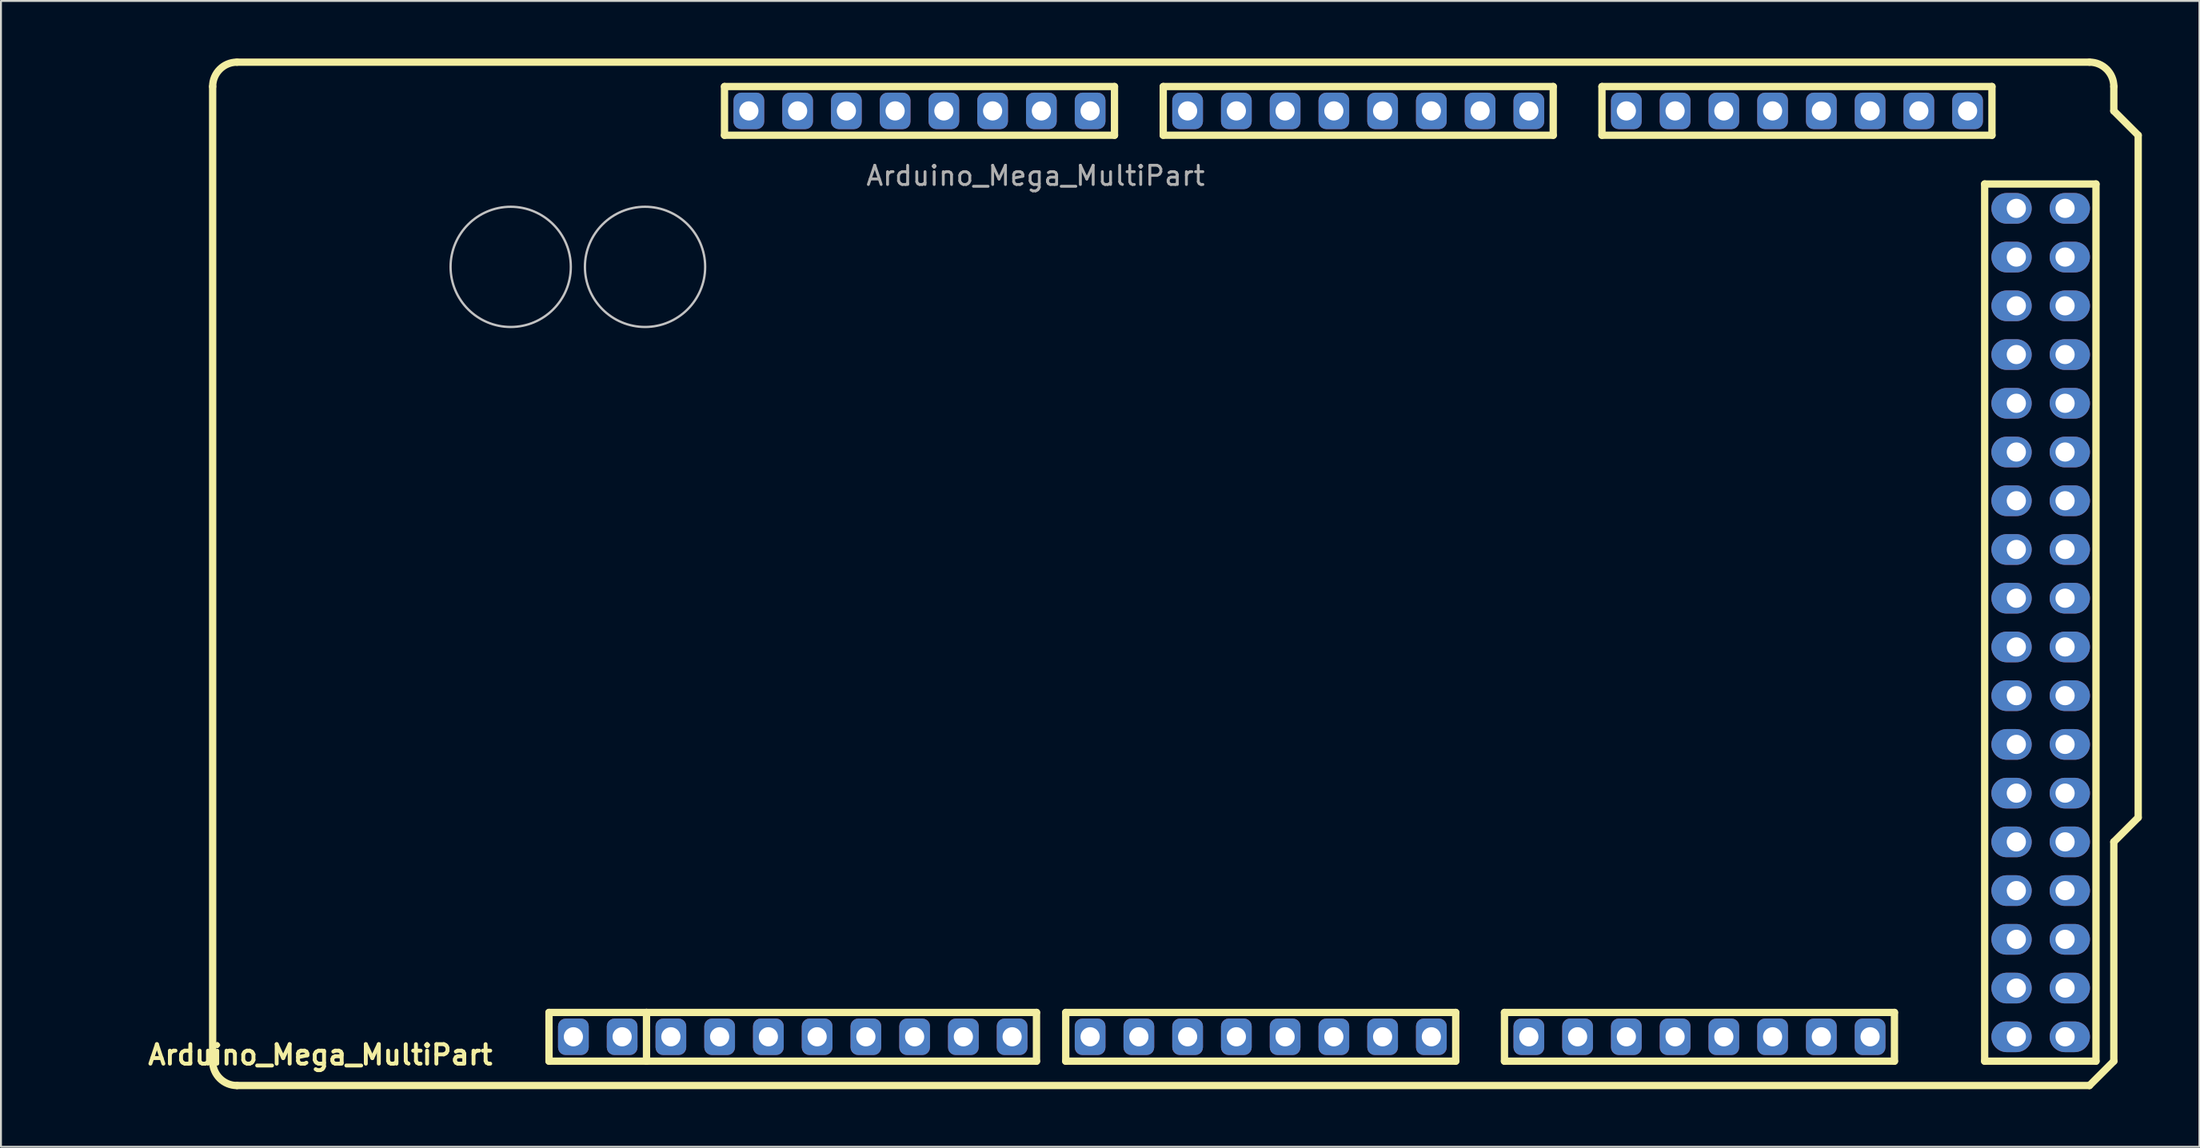
<source format=kicad_pcb>
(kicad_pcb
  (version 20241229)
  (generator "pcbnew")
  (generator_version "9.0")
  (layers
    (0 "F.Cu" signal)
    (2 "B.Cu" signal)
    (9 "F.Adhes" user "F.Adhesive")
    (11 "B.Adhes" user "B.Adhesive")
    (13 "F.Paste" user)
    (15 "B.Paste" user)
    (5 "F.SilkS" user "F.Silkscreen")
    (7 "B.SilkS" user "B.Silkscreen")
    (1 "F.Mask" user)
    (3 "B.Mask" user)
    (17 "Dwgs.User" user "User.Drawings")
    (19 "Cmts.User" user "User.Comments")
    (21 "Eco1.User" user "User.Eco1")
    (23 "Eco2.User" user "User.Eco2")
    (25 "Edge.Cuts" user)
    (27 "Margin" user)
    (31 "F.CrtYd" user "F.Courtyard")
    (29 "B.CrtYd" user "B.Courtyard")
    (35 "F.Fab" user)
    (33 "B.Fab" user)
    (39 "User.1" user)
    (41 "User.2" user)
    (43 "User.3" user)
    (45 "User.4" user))
  (footprint "Arduino_Mega_MultiPart"
    (layer "F.Cu")
    (at 63.06 28.11)
    (property "Reference" "Arduino_Mega_MultiPart" (at -49.42 23.82 0) (layer "F.SilkS") (effects (font (size 1.016 1.016) (thickness 0.203))))
    (attr through_hole)
    (fp_line (start -55.03 -26.65) (end -55.03 24.15) (stroke (width 0.381) (type solid)) (layer "F.SilkS"))
    (fp_line (start -53.76 -27.92) (end 42.76 -27.92) (stroke (width 0.381) (type solid)) (layer "F.SilkS"))
    (fp_line (start -53.76 25.42) (end 42.76 25.42) (stroke (width 0.381) (type solid)) (layer "F.SilkS"))
    (fp_line (start -37.504 21.61) (end -32.424 21.61) (stroke (width 0.381) (type solid)) (layer "F.SilkS"))
    (fp_line (start -37.504 24.15) (end -37.504 21.61) (stroke (width 0.381) (type solid)) (layer "F.SilkS"))
    (fp_line (start -32.424 21.61) (end -32.424 24.15) (stroke (width 0.381) (type solid)) (layer "F.SilkS"))
    (fp_line (start -32.424 24.15) (end -37.504 24.15) (stroke (width 0.381) (type solid)) (layer "F.SilkS"))
    (fp_line (start -28.36 -26.65) (end -28.36 -24.11) (stroke (width 0.381) (type solid)) (layer "F.SilkS"))
    (fp_line (start -28.36 -26.65) (end -8.04 -26.65) (stroke (width 0.381) (type solid)) (layer "F.SilkS"))
    (fp_line (start -12.104 21.61) (end -32.424 21.61) (stroke (width 0.381) (type solid)) (layer "F.SilkS"))
    (fp_line (start -12.104 21.61) (end -12.104 24.15) (stroke (width 0.381) (type solid)) (layer "F.SilkS"))
    (fp_line (start -12.104 24.15) (end -32.424 24.15) (stroke (width 0.381) (type solid)) (layer "F.SilkS"))
    (fp_line (start -10.58 21.61) (end -10.58 24.15) (stroke (width 0.381) (type solid)) (layer "F.SilkS"))
    (fp_line (start -10.58 24.15) (end 9.74 24.15) (stroke (width 0.381) (type solid)) (layer "F.SilkS"))
    (fp_line (start -8.04 -24.11) (end -28.36 -24.11) (stroke (width 0.381) (type solid)) (layer "F.SilkS"))
    (fp_line (start -8.04 -24.11) (end -8.04 -26.65) (stroke (width 0.381) (type solid)) (layer "F.SilkS"))
    (fp_line (start -5.5 -26.65) (end 14.82 -26.65) (stroke (width 0.381) (type solid)) (layer "F.SilkS"))
    (fp_line (start -5.5 -24.11) (end -5.5 -26.65) (stroke (width 0.381) (type solid)) (layer "F.SilkS"))
    (fp_line (start 9.74 21.61) (end -10.58 21.61) (stroke (width 0.381) (type solid)) (layer "F.SilkS"))
    (fp_line (start 9.74 24.15) (end 9.74 21.61) (stroke (width 0.381) (type solid)) (layer "F.SilkS"))
    (fp_line (start 12.28 21.61) (end 32.6 21.61) (stroke (width 0.381) (type solid)) (layer "F.SilkS"))
    (fp_line (start 12.28 24.15) (end 12.28 21.61) (stroke (width 0.381) (type solid)) (layer "F.SilkS"))
    (fp_line (start 14.82 -26.65) (end 14.82 -24.11) (stroke (width 0.381) (type solid)) (layer "F.SilkS"))
    (fp_line (start 14.82 -24.11) (end -5.5 -24.11) (stroke (width 0.381) (type solid)) (layer "F.SilkS"))
    (fp_line (start 17.36 -26.65) (end 17.36 -24.11) (stroke (width 0.381) (type solid)) (layer "F.SilkS"))
    (fp_line (start 17.36 -24.11) (end 37.68 -24.11) (stroke (width 0.381) (type solid)) (layer "F.SilkS"))
    (fp_line (start 32.6 21.61) (end 32.6 24.15) (stroke (width 0.381) (type solid)) (layer "F.SilkS"))
    (fp_line (start 32.6 24.15) (end 12.28 24.15) (stroke (width 0.381) (type solid)) (layer "F.SilkS"))
    (fp_line (start 37.3 -21.57) (end 43.1 -21.57) (stroke (width 0.381) (type solid)) (layer "F.SilkS"))
    (fp_line (start 37.3 24.15) (end 37.3 -21.57) (stroke (width 0.381) (type solid)) (layer "F.SilkS"))
    (fp_line (start 37.68 -26.65) (end 17.36 -26.65) (stroke (width 0.381) (type solid)) (layer "F.SilkS"))
    (fp_line (start 37.68 -24.11) (end 37.68 -26.65) (stroke (width 0.381) (type solid)) (layer "F.SilkS"))
    (fp_line (start 42.76 25.42) (end 44.03 24.15) (stroke (width 0.381) (type solid)) (layer "F.SilkS"))
    (fp_line (start 43.1 -21.57) (end 43.1 24.15) (stroke (width 0.381) (type solid)) (layer "F.SilkS"))
    (fp_line (start 43.1 24.15) (end 37.3 24.15) (stroke (width 0.381) (type solid)) (layer "F.SilkS"))
    (fp_line (start 44.03 -25.38) (end 44.03 -26.65) (stroke (width 0.381) (type solid)) (layer "F.SilkS"))
    (fp_line (start 44.03 12.72) (end 45.3 11.45) (stroke (width 0.381) (type solid)) (layer "F.SilkS"))
    (fp_line (start 44.03 24.15) (end 44.03 12.72) (stroke (width 0.381) (type solid)) (layer "F.SilkS"))
    (fp_line (start 45.3 -24.11) (end 44.03 -25.38) (stroke (width 0.381) (type solid)) (layer "F.SilkS"))
    (fp_line (start 45.3 11.45) (end 45.3 -24.11) (stroke (width 0.381) (type solid)) (layer "F.SilkS"))
    (fp_arc (start -55.03 -26.65) (mid -54.658026 -27.548026) (end -53.76 -27.92) (stroke (width 0.381) (type solid)) (layer "F.SilkS"))
    (fp_arc (start -53.76 25.42) (mid -54.658026 25.048026) (end -55.03 24.15) (stroke (width 0.381) (type solid)) (layer "F.SilkS"))
    (fp_arc (start 42.76 -27.92) (mid 43.658026 -27.548026) (end 44.03 -26.65) (stroke (width 0.381) (type solid)) (layer "F.SilkS"))
    (fp_circle (center -39.5 -17.25) (end -36.75 -15.75) (stroke (width 0.12) (type solid)) (fill no) (layer "Dwgs.User"))
    (fp_circle (center -32.5 -17.25) (end -29.75 -15.75) (stroke (width 0.12) (type solid)) (fill no) (layer "Dwgs.User"))
    (fp_line (start -63 5.75) (end -63 17.75) (stroke (width 0.12) (type solid)) (layer "Eco2.User"))
    (fp_line (start -63 17.75) (end -46.5 17.75) (stroke (width 0.12) (type solid)) (layer "Eco2.User"))
    (fp_line (start -61.06 4.28) (end -61.06 16.28) (stroke (width 0.12) (type solid)) (layer "Eco2.User"))
    (fp_line (start -61.06 16.28) (end -44.56 16.28) (stroke (width 0.12) (type solid)) (layer "Eco2.User"))
    (fp_line (start -60 -20.25) (end -60 -11.25) (stroke (width 0.12) (type solid)) (layer "Eco2.User"))
    (fp_line (start -60 -11.25) (end -45.5 -11.25) (stroke (width 0.12) (type solid)) (layer "Eco2.User"))
    (fp_line (start -57.45 -24) (end -57.45 -15) (stroke (width 0.12) (type solid)) (layer "Eco2.User"))
    (fp_line (start -57.45 -15) (end -42.95 -15) (stroke (width 0.12) (type solid)) (layer "Eco2.User"))
    (fp_line (start -46.5 5.75) (end -63 5.75) (stroke (width 0.12) (type solid)) (layer "Eco2.User"))
    (fp_line (start -46.5 17.75) (end -46.5 5.75) (stroke (width 0.12) (type solid)) (layer "Eco2.User"))
    (fp_line (start -45.5 -20.25) (end -60 -20.25) (stroke (width 0.12) (type solid)) (layer "Eco2.User"))
    (fp_line (start -45.5 -11.25) (end -45.5 -20.25) (stroke (width 0.12) (type solid)) (layer "Eco2.User"))
    (fp_line (start -44.56 4.28) (end -61.06 4.28) (stroke (width 0.12) (type solid)) (layer "Eco2.User"))
    (fp_line (start -44.56 16.28) (end -44.56 4.28) (stroke (width 0.12) (type solid)) (layer "Eco2.User"))
    (fp_line (start -42.95 -24) (end -57.45 -24) (stroke (width 0.12) (type solid)) (layer "Eco2.User"))
    (fp_line (start -42.95 -15) (end -42.95 -24) (stroke (width 0.12) (type solid)) (layer "Eco2.User"))
    (fp_line (start -31.12 -23.21) (end -23.5 -23.21) (stroke (width 0.1) (type solid)) (layer "Eco2.User"))
    (fp_line (start -31.12 -19.4) (end -31.12 -23.21) (stroke (width 0.1) (type solid)) (layer "Eco2.User"))
    (fp_line (start -29.85 -18.13) (end -31.12 -19.4) (stroke (width 0.1) (type solid)) (layer "Eco2.User"))
    (fp_line (start -23.5 -23.21) (end -23.5 -18.13) (stroke (width 0.1) (type solid)) (layer "Eco2.User"))
    (fp_line (start -23.5 -18.13) (end -29.85 -18.13) (stroke (width 0.1) (type solid)) (layer "Eco2.User"))
    (fp_line (start 8.44 -4.75) (end 13.52 -4.75) (stroke (width 0.1) (type solid)) (layer "Eco2.User"))
    (fp_line (start 8.44 2.87) (end 8.44 -4.75) (stroke (width 0.1) (type solid)) (layer "Eco2.User"))
    (fp_line (start 12.25 2.87) (end 8.44 2.87) (stroke (width 0.1) (type solid)) (layer "Eco2.User"))
    (fp_line (start 13.52 -4.75) (end 13.52 1.6) (stroke (width 0.1) (type solid)) (layer "Eco2.User"))
    (fp_line (start 13.52 1.6) (end 12.25 2.87) (stroke (width 0.1) (type solid)) (layer "Eco2.User"))
    (fp_circle (center -41.06 -25.38) (end -39.155 -25.38) (stroke (width 0.381) (type solid)) (fill no) (layer "Eco2.User"))
    (fp_circle (center -39.79 22.88) (end -37.885 22.88) (stroke (width 0.381) (type solid)) (fill no) (layer "Eco2.User"))
    (fp_circle (center 11.01 -20.3) (end 12.915 -20.3) (stroke (width 0.381) (type solid)) (fill no) (layer "Eco2.User"))
    (fp_circle (center 11.01 7.64) (end 12.915 7.64) (stroke (width 0.381) (type solid)) (fill no) (layer "Eco2.User"))
    (fp_circle (center 35.14 22.88) (end 37.045 22.88) (stroke (width 0.381) (type solid)) (fill no) (layer "Eco2.User"))
    (fp_circle (center 41.49 -25.38) (end 43.395 -25.38) (stroke (width 0.381) (type solid)) (fill no) (layer "Eco2.User"))
    (fp_text user "Mega Chino" (at -54.2 -12.95 0) (layer "Eco2.User") (effects (font (size 1 1) (thickness 0.15))))
    (fp_text user "USB Chino" (at -56.64 16.66 0) (layer "Eco2.User") (effects (font (size 1.5 1.5) (thickness 0.3))))
    (fp_text user "USB Original" (at -52.69 5.4 0) (layer "Eco2.User") (effects (font (size 1.5 1.5) (thickness 0.3))))
    (fp_text user "MEGA Original" (at -51.75 -22.4 0) (layer "Eco2.User") (effects (font (size 1 1) (thickness 0.15))))
    (fp_text user "${REFERENCE}" (at -12.15 -22 180) (layer "F.Fab") (effects (font (size 1 1) (thickness 0.15))))
    (pad "" smd circle (at -41.06 -25.38) (size 3.2 3.2) (layers "Eco2.User"))
    (pad "" smd circle (at -39.79 22.88) (size 3.2 3.2) (layers "Eco2.User"))
    (pad "" smd oval (at -29.85 -21.94 90) (size 1.7 1.7) (layers "Eco2.User"))
    (pad "" smd rect (at -29.85 -19.4 90) (size 1.7 1.7) (layers "Eco2.User"))
    (pad "" smd oval (at -27.31 -21.94 90) (size 1.7 1.7) (layers "Eco2.User"))
    (pad "" smd oval (at -27.31 -19.4 90) (size 1.7 1.7) (layers "Eco2.User"))
    (pad "" smd oval (at -24.77 -21.94 90) (size 1.7 1.7) (layers "Eco2.User"))
    (pad "" smd oval (at -24.77 -19.4 90) (size 1.7 1.7) (layers "Eco2.User"))
    (pad "" smd oval (at 9.71 -3.48 180) (size 1.7 1.7) (layers "Eco2.User"))
    (pad "" smd oval (at 9.71 -0.94 180) (size 1.7 1.7) (layers "Eco2.User"))
    (pad "" smd oval (at 9.71 1.6 180) (size 1.7 1.7) (layers "Eco2.User"))
    (pad "" smd circle (at 11.01 -20.3) (size 3.2 3.2) (layers "Eco2.User"))
    (pad "" smd circle (at 11.01 7.64) (size 3.2 3.2) (layers "Eco2.User"))
    (pad "" smd oval (at 12.25 -3.48 180) (size 1.7 1.7) (layers "Eco2.User"))
    (pad "" smd oval (at 12.25 -0.94 180) (size 1.7 1.7) (layers "Eco2.User"))
    (pad "" smd rect (at 12.25 1.6 180) (size 1.7 1.7) (layers "Eco2.User"))
    (pad "" smd circle (at 35.14 22.88) (size 3.2 3.2) (layers "Eco2.User"))
    (pad "" smd circle (at 41.49 -25.38) (size 3.2 3.2) (layers "Eco2.User"))
    (pad "0" thru_hole roundrect (at 8.47 22.88) (size 1.6 1.9) (drill 1) (layers "*.Cu" "*.Mask") (roundrect_rratio 0.25))
    (pad "1" thru_hole roundrect (at 5.93 22.88) (size 1.6 1.9) (drill 1) (layers "*.Cu" "*.Mask") (roundrect_rratio 0.25))
    (pad "2" thru_hole roundrect (at 3.39 22.88) (size 1.6 1.9) (drill 1) (layers "*.Cu" "*.Mask") (roundrect_rratio 0.25))
    (pad "3" thru_hole roundrect (at 0.85 22.88) (size 1.6 1.9) (drill 1) (layers "*.Cu" "*.Mask") (roundrect_rratio 0.25))
    (pad "4" thru_hole roundrect (at -1.69 22.88) (size 1.6 1.9) (drill 1) (layers "*.Cu" "*.Mask") (roundrect_rratio 0.25))
    (pad "5" thru_hole roundrect (at -4.23 22.88) (size 1.6 1.9) (drill 1) (layers "*.Cu" "*.Mask") (roundrect_rratio 0.25))
    (pad "6" thru_hole roundrect (at -6.77 22.88) (size 1.6 1.9) (drill 1) (layers "*.Cu" "*.Mask") (roundrect_rratio 0.25))
    (pad "7" thru_hole roundrect (at -9.31 22.88) (size 1.6 1.9) (drill 1) (layers "*.Cu" "*.Mask") (roundrect_rratio 0.25))
    (pad "8" thru_hole roundrect (at -13.374 22.88) (size 1.6 1.9) (drill 1) (layers "*.Cu" "*.Mask") (roundrect_rratio 0.25))
    (pad "9" thru_hole roundrect (at -15.914 22.88) (size 1.6 1.9) (drill 1) (layers "*.Cu" "*.Mask") (roundrect_rratio 0.25))
    (pad "10" thru_hole roundrect (at -18.454 22.88) (size 1.6 1.9) (drill 1) (layers "*.Cu" "*.Mask") (roundrect_rratio 0.25))
    (pad "11" thru_hole roundrect (at -20.994 22.88) (size 1.6 1.9) (drill 1) (layers "*.Cu" "*.Mask") (roundrect_rratio 0.25))
    (pad "12" thru_hole roundrect (at -23.534 22.88) (size 1.6 1.9) (drill 1) (layers "*.Cu" "*.Mask") (roundrect_rratio 0.25))
    (pad "13" thru_hole roundrect (at -26.074 22.88) (size 1.6 1.9) (drill 1) (layers "*.Cu" "*.Mask") (roundrect_rratio 0.25))
    (pad "14" thru_hole roundrect (at 13.55 22.88) (size 1.6 1.9) (drill 1) (layers "*.Cu" "*.Mask") (roundrect_rratio 0.25))
    (pad "15" thru_hole roundrect (at 16.09 22.88) (size 1.6 1.9) (drill 1) (layers "*.Cu" "*.Mask") (roundrect_rratio 0.25))
    (pad "16" thru_hole roundrect (at 18.63 22.88) (size 1.6 1.9) (drill 1) (layers "*.Cu" "*.Mask") (roundrect_rratio 0.25))
    (pad "17" thru_hole roundrect (at 21.17 22.88) (size 1.6 1.9) (drill 1) (layers "*.Cu" "*.Mask") (roundrect_rratio 0.25))
    (pad "18" thru_hole roundrect (at 23.71 22.88) (size 1.6 1.9) (drill 1) (layers "*.Cu" "*.Mask") (roundrect_rratio 0.25))
    (pad "19" thru_hole roundrect (at 26.25 22.88) (size 1.6 1.9) (drill 1) (layers "*.Cu" "*.Mask") (roundrect_rratio 0.25))
    (pad "20" thru_hole roundrect (at 28.79 22.88) (size 1.6 1.9) (drill 1) (layers "*.Cu" "*.Mask") (roundrect_rratio 0.25))
    (pad "21" thru_hole roundrect (at 31.33 22.88) (size 1.6 1.9) (drill 1) (layers "*.Cu" "*.Mask") (roundrect_rratio 0.25))
    (pad "22" thru_hole oval (at 38.95 20.34) (size 2.1 1.6) (drill 1 (offset -0.249 0)) (layers "*.Cu" "*.Mask"))
    (pad "23" thru_hole oval (at 41.49 20.34) (size 2.1 1.6) (drill 1 (offset 0.246 0)) (layers "*.Cu" "*.Mask"))
    (pad "24" thru_hole oval (at 38.95 17.8) (size 2.1 1.6) (drill 1 (offset -0.249 0)) (layers "*.Cu" "*.Mask"))
    (pad "25" thru_hole oval (at 41.49 17.8) (size 2.1 1.6) (drill 1 (offset 0.246 0)) (layers "*.Cu" "*.Mask"))
    (pad "26" thru_hole oval (at 38.95 15.26) (size 2.1 1.6) (drill 1 (offset -0.249 0)) (layers "*.Cu" "*.Mask"))
    (pad "27" thru_hole oval (at 41.49 15.26) (size 2.1 1.6) (drill 1 (offset 0.246 0)) (layers "*.Cu" "*.Mask"))
    (pad "28" thru_hole oval (at 38.95 12.72) (size 2.1 1.6) (drill 1 (offset -0.249 0)) (layers "*.Cu" "*.Mask"))
    (pad "29" thru_hole oval (at 41.49 12.72) (size 2.1 1.6) (drill 1 (offset 0.246 0)) (layers "*.Cu" "*.Mask"))
    (pad "30" thru_hole oval (at 38.95 10.18) (size 2.1 1.6) (drill 1 (offset -0.249 0)) (layers "*.Cu" "*.Mask"))
    (pad "31" thru_hole oval (at 41.49 10.18) (size 2.1 1.6) (drill 1 (offset 0.246 0)) (layers "*.Cu" "*.Mask"))
    (pad "32" thru_hole oval (at 38.95 7.64) (size 2.1 1.6) (drill 1 (offset -0.249 0)) (layers "*.Cu" "*.Mask"))
    (pad "33" thru_hole oval (at 41.49 7.64) (size 2.1 1.6) (drill 1 (offset 0.246 0)) (layers "*.Cu" "*.Mask"))
    (pad "34" thru_hole oval (at 38.95 5.1) (size 2.1 1.6) (drill 1 (offset -0.249 0)) (layers "*.Cu" "*.Mask"))
    (pad "35" thru_hole oval (at 41.49 5.1) (size 2.1 1.6) (drill 1 (offset 0.246 0)) (layers "*.Cu" "*.Mask"))
    (pad "36" thru_hole oval (at 38.95 2.56) (size 2.1 1.6) (drill 1 (offset -0.249 0)) (layers "*.Cu" "*.Mask"))
    (pad "37" thru_hole oval (at 41.49 2.56) (size 2.1 1.6) (drill 1 (offset 0.246 0)) (layers "*.Cu" "*.Mask"))
    (pad "38" thru_hole oval (at 38.95 0.02) (size 2.1 1.6) (drill 1 (offset -0.249 0)) (layers "*.Cu" "*.Mask"))
    (pad "39" thru_hole oval (at 41.49 0.02) (size 2.1 1.6) (drill 1 (offset 0.246 0)) (layers "*.Cu" "*.Mask"))
    (pad "40" thru_hole oval (at 38.95 -2.52) (size 2.1 1.6) (drill 1 (offset -0.249 0)) (layers "*.Cu" "*.Mask"))
    (pad "41" thru_hole oval (at 41.49 -2.52) (size 2.1 1.6) (drill 1 (offset 0.246 0)) (layers "*.Cu" "*.Mask"))
    (pad "42" thru_hole oval (at 38.95 -5.06) (size 2.1 1.6) (drill 1 (offset -0.249 0)) (layers "*.Cu" "*.Mask"))
    (pad "43" thru_hole oval (at 41.49 -5.06) (size 2.1 1.6) (drill 1 (offset 0.246 0)) (layers "*.Cu" "*.Mask"))
    (pad "44" thru_hole oval (at 38.95 -7.6) (size 2.1 1.6) (drill 1 (offset -0.249 0)) (layers "*.Cu" "*.Mask"))
    (pad "45" thru_hole oval (at 41.49 -7.6) (size 2.1 1.6) (drill 1 (offset 0.246 0)) (layers "*.Cu" "*.Mask"))
    (pad "46" thru_hole oval (at 38.95 -10.14) (size 2.1 1.6) (drill 1 (offset -0.249 0)) (layers "*.Cu" "*.Mask"))
    (pad "47" thru_hole oval (at 41.49 -10.14) (size 2.1 1.6) (drill 1 (offset 0.246 0)) (layers "*.Cu" "*.Mask"))
    (pad "48" thru_hole oval (at 38.95 -12.68) (size 2.1 1.6) (drill 1 (offset -0.249 0)) (layers "*.Cu" "*.Mask"))
    (pad "49" thru_hole oval (at 41.49 -12.68) (size 2.1 1.6) (drill 1 (offset 0.246 0)) (layers "*.Cu" "*.Mask"))
    (pad "50" thru_hole oval (at 38.95 -15.22) (size 2.1 1.6) (drill 1 (offset -0.249 0)) (layers "*.Cu" "*.Mask"))
    (pad "51" thru_hole oval (at 41.49 -15.22) (size 2.1 1.6) (drill 1 (offset 0.246 0)) (layers "*.Cu" "*.Mask"))
    (pad "52" thru_hole oval (at 38.95 -17.76) (size 2.1 1.6) (drill 1 (offset -0.249 0)) (layers "*.Cu" "*.Mask"))
    (pad "53" thru_hole oval (at 41.49 -17.76) (size 2.1 1.6) (drill 1 (offset 0.246 0)) (layers "*.Cu" "*.Mask"))
    (pad "54" thru_hole roundrect (at -4.23 -25.38) (size 1.6 1.9) (drill 1) (layers "*.Cu" "*.Mask") (roundrect_rratio 0.25))
    (pad "55" thru_hole roundrect (at -1.69 -25.38) (size 1.6 1.9) (drill 1) (layers "*.Cu" "*.Mask") (roundrect_rratio 0.25))
    (pad "56" thru_hole roundrect (at 0.85 -25.38) (size 1.6 1.9) (drill 1) (layers "*.Cu" "*.Mask") (roundrect_rratio 0.25))
    (pad "57" thru_hole roundrect (at 3.39 -25.38) (size 1.6 1.9) (drill 1) (layers "*.Cu" "*.Mask") (roundrect_rratio 0.25))
    (pad "58" thru_hole roundrect (at 5.93 -25.38) (size 1.6 1.9) (drill 1) (layers "*.Cu" "*.Mask") (roundrect_rratio 0.25))
    (pad "59" thru_hole roundrect (at 8.47 -25.38) (size 1.6 1.9) (drill 1) (layers "*.Cu" "*.Mask") (roundrect_rratio 0.25))
    (pad "60" thru_hole roundrect (at 11.01 -25.38) (size 1.6 1.9) (drill 1) (layers "*.Cu" "*.Mask") (roundrect_rratio 0.25))
    (pad "61" thru_hole roundrect (at 13.55 -25.38) (size 1.6 1.9) (drill 1) (layers "*.Cu" "*.Mask") (roundrect_rratio 0.25))
    (pad "62" thru_hole roundrect (at 18.63 -25.38) (size 1.6 1.9) (drill 1) (layers "*.Cu" "*.Mask") (roundrect_rratio 0.25))
    (pad "63" thru_hole roundrect (at 21.17 -25.38) (size 1.6 1.9) (drill 1) (layers "*.Cu" "*.Mask") (roundrect_rratio 0.25))
    (pad "64" thru_hole roundrect (at 23.71 -25.38) (size 1.6 1.9) (drill 1) (layers "*.Cu" "*.Mask") (roundrect_rratio 0.25))
    (pad "65" thru_hole roundrect (at 26.25 -25.38) (size 1.6 1.9) (drill 1) (layers "*.Cu" "*.Mask") (roundrect_rratio 0.25))
    (pad "66" thru_hole roundrect (at 28.79 -25.38) (size 1.6 1.9) (drill 1) (layers "*.Cu" "*.Mask") (roundrect_rratio 0.25))
    (pad "67" thru_hole roundrect (at 31.33 -25.38) (size 1.6 1.9) (drill 1) (layers "*.Cu" "*.Mask") (roundrect_rratio 0.25))
    (pad "68" thru_hole roundrect (at 33.87 -25.38) (size 1.6 1.9) (drill 1) (layers "*.Cu" "*.Mask") (roundrect_rratio 0.25))
    (pad "69" thru_hole roundrect (at 36.41 -25.38) (size 1.6 1.9) (drill 1) (layers "*.Cu" "*.Mask") (roundrect_rratio 0.25))
    (pad "131" thru_hole roundrect (at -28.614 22.88) (size 1.6 1.9) (drill 1) (layers "*.Cu" "*.Mask") (roundrect_rratio 0.25))
    (pad "132" thru_hole roundrect (at -31.154 22.88) (size 1.6 1.9) (drill 1) (layers "*.Cu" "*.Mask") (roundrect_rratio 0.25))
    (pad "133" thru_hole roundrect (at -33.694 22.88) (size 1.6 1.9) (drill 1) (layers "*.Cu" "*.Mask") (roundrect_rratio 0.25))
    (pad "134" thru_hole roundrect (at -36.234 22.88) (size 1.6 1.9) (drill 1) (layers "*.Cu" "*.Mask") (roundrect_rratio 0.25))
    (pad "220" thru_hole oval (at 38.95 22.88) (size 2.1 1.6) (drill 1 (offset -0.249 0)) (layers "*.Cu" "*.Mask"))
    (pad "230" thru_hole oval (at 41.49 22.88) (size 2.1 1.6) (drill 1 (offset 0.246 0)) (layers "*.Cu" "*.Mask"))
    (pad "520" thru_hole oval (at 38.95 -20.3) (size 2.1 1.6) (drill 1 (offset -0.249 0)) (layers "*.Cu" "*.Mask"))
    (pad "530" thru_hole oval (at 41.49 -20.3) (size 2.1 1.6) (drill 1 (offset 0.246 0)) (layers "*.Cu" "*.Mask"))
    (pad "532" thru_hole roundrect (at -27.09 -25.38) (size 1.6 1.9) (drill 1) (layers "*.Cu" "*.Mask") (roundrect_rratio 0.25))
    (pad "533" thru_hole roundrect (at -24.55 -25.38) (size 1.6 1.9) (drill 1) (layers "*.Cu" "*.Mask") (roundrect_rratio 0.25))
    (pad "534" thru_hole roundrect (at -22.01 -25.38) (size 1.6 1.9) (drill 1) (layers "*.Cu" "*.Mask") (roundrect_rratio 0.25))
    (pad "535" thru_hole roundrect (at -19.47 -25.38) (size 1.6 1.9) (drill 1) (layers "*.Cu" "*.Mask") (roundrect_rratio 0.25))
    (pad "536" thru_hole roundrect (at -16.93 -25.38) (size 1.6 1.9) (drill 1) (layers "*.Cu" "*.Mask") (roundrect_rratio 0.25))
    (pad "537" thru_hole roundrect (at -14.39 -25.38) (size 1.6 1.9) (drill 1) (layers "*.Cu" "*.Mask") (roundrect_rratio 0.25))
    (pad "538" thru_hole roundrect (at -11.85 -25.38) (size 1.6 1.9) (drill 1) (layers "*.Cu" "*.Mask") (roundrect_rratio 0.25))
    (pad "539" thru_hole roundrect (at -9.31 -25.38) (size 1.6 1.9) (drill 1) (layers "*.Cu" "*.Mask") (roundrect_rratio 0.25)))
  (gr_rect
    (start -3 -3)
    (end 111.55 56.721)
    (stroke (width 0.1) (type default))
    (fill no)
    (layer "Edge.Cuts")))
</source>
